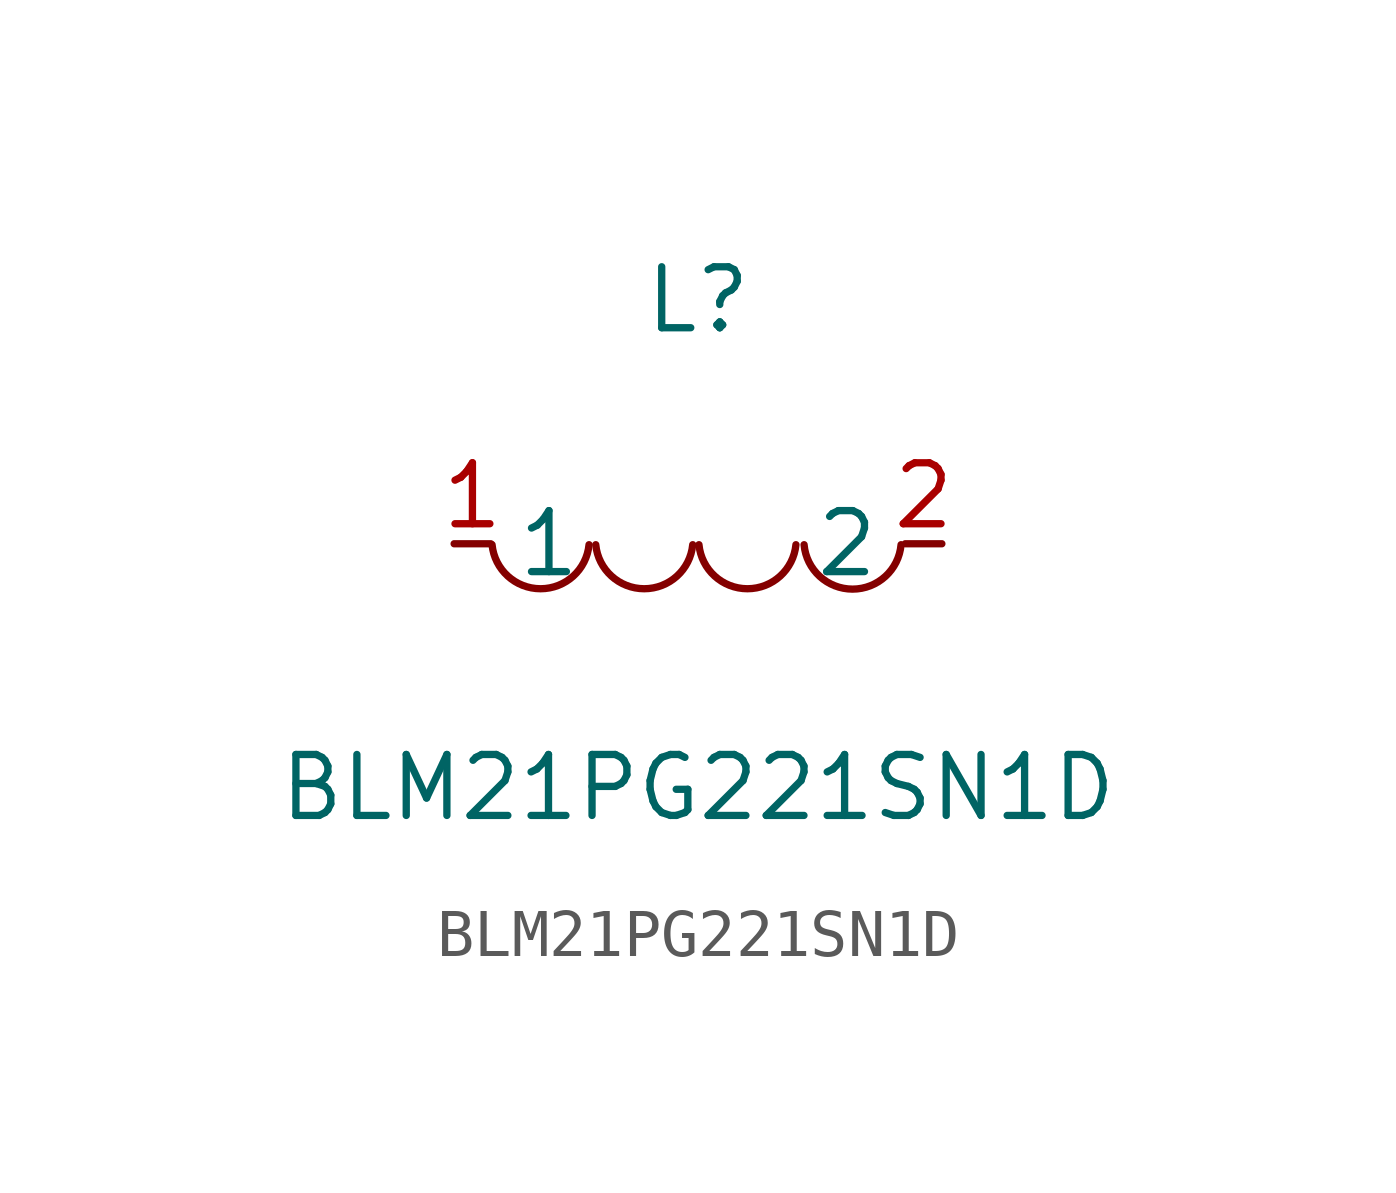
<source format=kicad_sym>
(kicad_symbol_lib
  (version 20211014)
  (generator https://github.com/uPesy/easyeda2kicad.py)
  (symbol "BLM21PG221SN1D"
    (property "Reference" "L"
      (at 0 5.08 0)
      (effects (font (size 1.27 1.27))))
    (property "Value" "BLM21PG221SN1D"
      (at 0 -5.08 0)
      (effects (font (size 1.27 1.27))))
    (symbol "BLM21PG221SN1D_0_1"
      (arc (start -4.29 -0.02) (mid -2.52 -0.79) (end -2.27 -0.02) (stroke (width 0) (type default) (color 0 0 0 0)) (fill (type none)))
      (arc (start -2.13 -0.02) (mid -0.36 -0.79) (end -0.11 -0.02) (stroke (width 0) (type default) (color 0 0 0 0)) (fill (type none)))
      (arc (start 0.02 -0.02) (mid 1.79 -0.79) (end 2.04 -0.02) (stroke (width 0) (type default) (color 0 0 0 0)) (fill (type none)))
      (arc (start 2.21 -0.02) (mid 3.30 -1.12) (end 4.23 -0.02) (stroke (width 0) (type default) (color 0 0 0 0)) (fill (type none)))
      (pin unspecified line (at 5.08 -0.00 180) (length 0.762) (name "2" (effects (font (size 1.27 1.27)))) (number "2" (effects (font (size 1.27 1.27)))))
      (pin unspecified line (at -5.08 -0.00 0) (length 0.762) (name "1" (effects (font (size 1.27 1.27)))) (number "1" (effects (font (size 1.27 1.27))))))))
</source>
